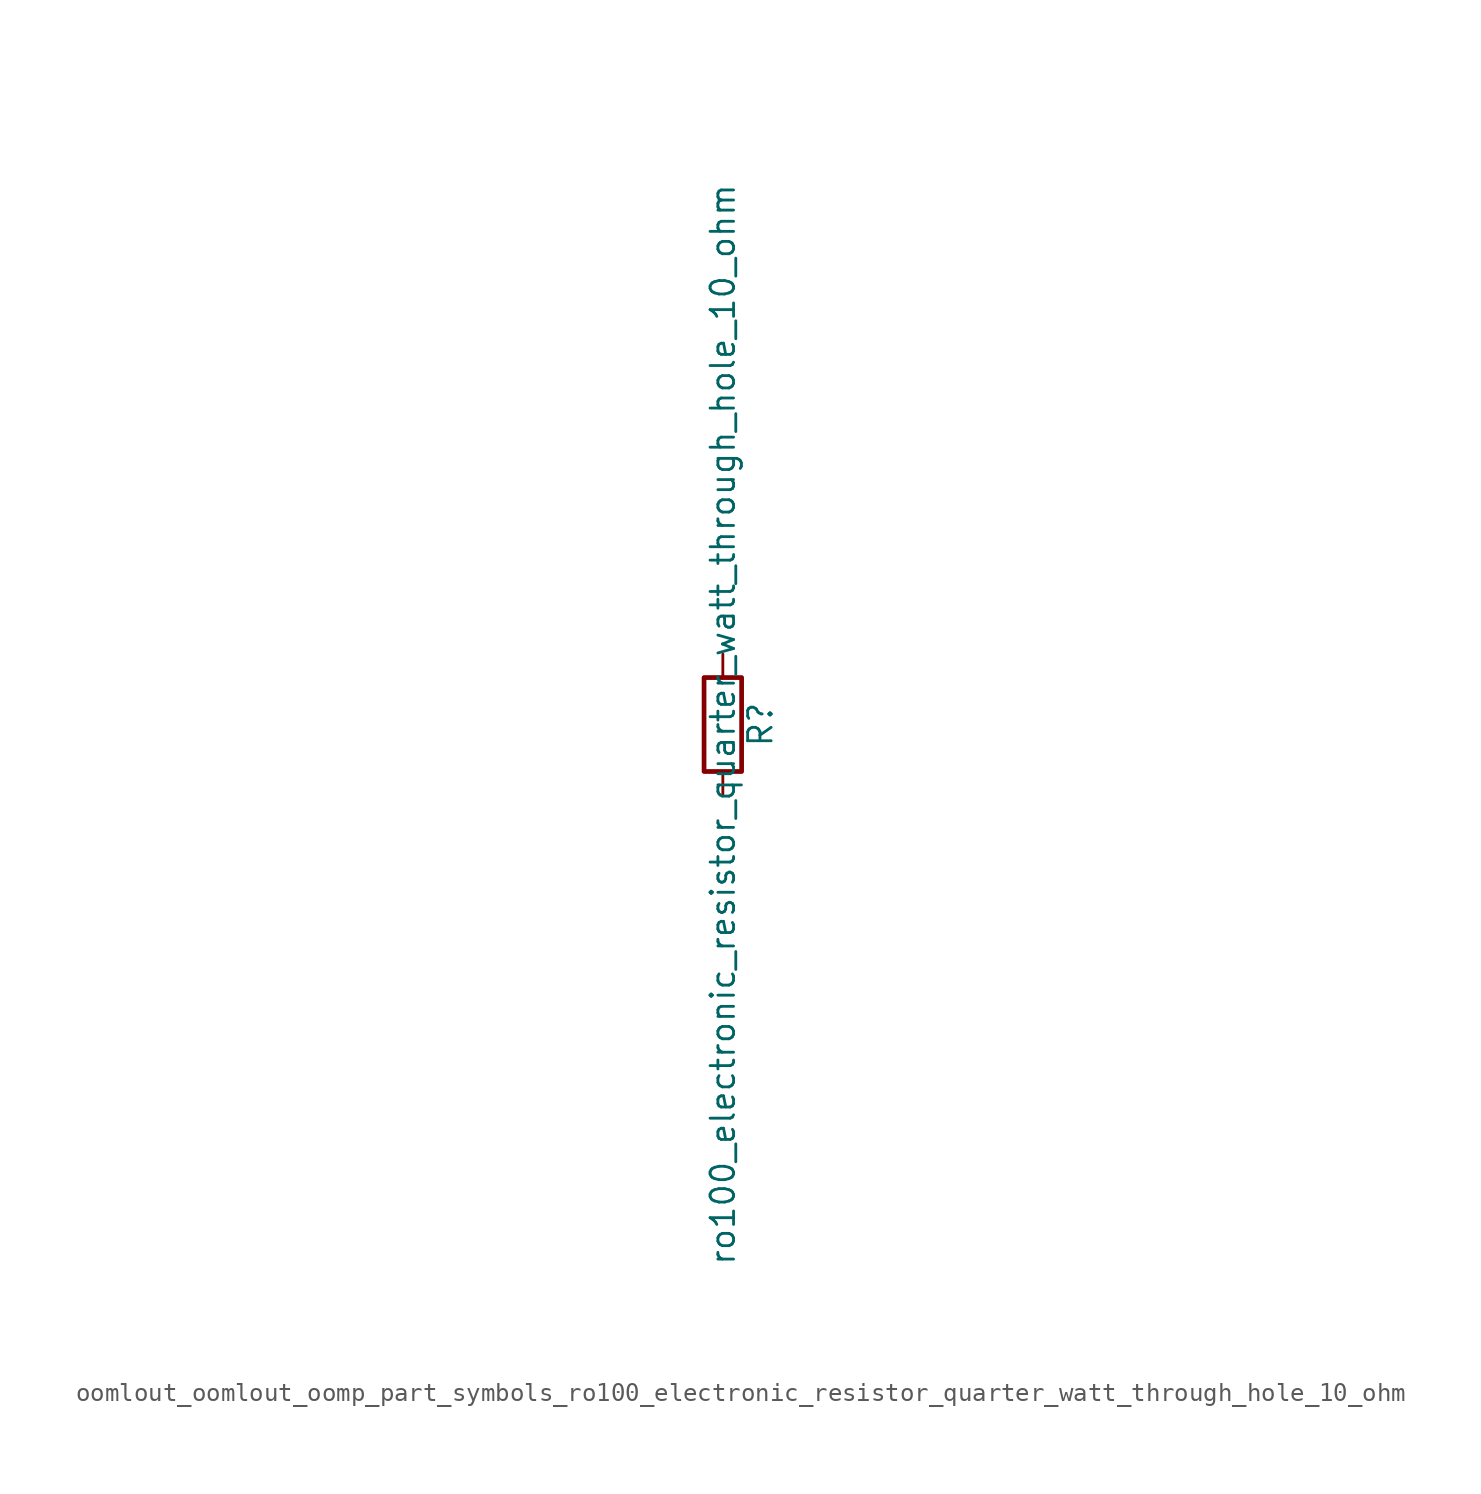
<source format=kicad_sym>
(kicad_symbol_lib
  (version 20220914)
  (generator kicad_symbol_editor)
  (symbol "oomlout_oomlout_oomp_part_symbols_ro100_electronic_resistor_quarter_watt_through_hole_10_ohm"
    (pin_numbers hide)
    (pin_names
      (offset 0))
    (property "Reference" "R"
      (at 2.032 0 90)
      (effects (font (size 1.27 1.27))))
    (property "Value" "ro100_electronic_resistor_quarter_watt_through_hole_10_ohm"
      (at 0 0 90)
      (effects (font (size 1.27 1.27))))
    (symbol "oomlout_oomlout_oomp_part_symbols_ro100_electronic_resistor_quarter_watt_through_hole_10_ohm_0_1"
      (rectangle (start -1.016 -2.54) (end 1.016 2.54) (stroke (width 0.254) (type default)) (fill (type none))))
    (symbol "oomlout_oomlout_oomp_part_symbols_ro100_electronic_resistor_quarter_watt_through_hole_10_ohm_1_1"
      (pin passive line (at 0 3.81 270) (length 1.27) (name "~" (effects (font (size 1.27 1.27)))) (number "1" (effects (font (size 1.27 1.27)))))
      (pin passive line (at 0 -3.81 90) (length 1.27) (name "~" (effects (font (size 1.27 1.27)))) (number "2" (effects (font (size 1.27 1.27))))))))
</source>
